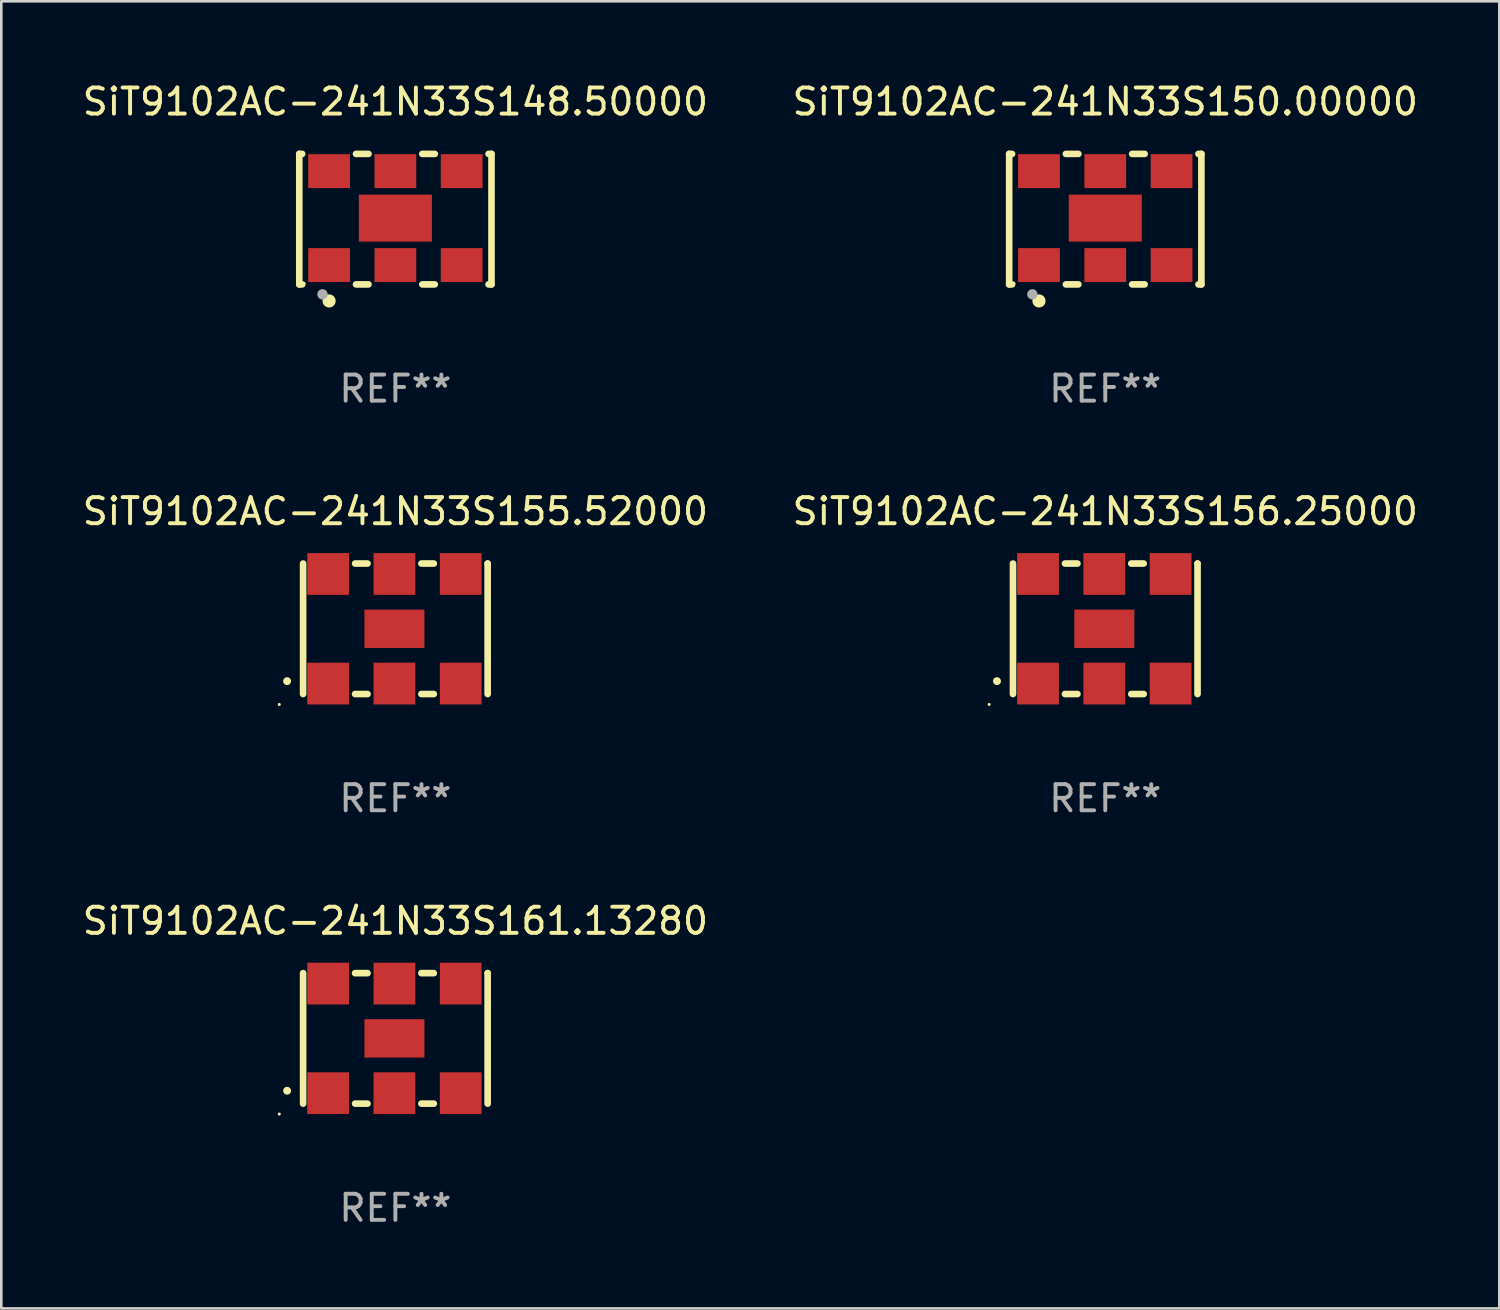
<source format=kicad_pcb>
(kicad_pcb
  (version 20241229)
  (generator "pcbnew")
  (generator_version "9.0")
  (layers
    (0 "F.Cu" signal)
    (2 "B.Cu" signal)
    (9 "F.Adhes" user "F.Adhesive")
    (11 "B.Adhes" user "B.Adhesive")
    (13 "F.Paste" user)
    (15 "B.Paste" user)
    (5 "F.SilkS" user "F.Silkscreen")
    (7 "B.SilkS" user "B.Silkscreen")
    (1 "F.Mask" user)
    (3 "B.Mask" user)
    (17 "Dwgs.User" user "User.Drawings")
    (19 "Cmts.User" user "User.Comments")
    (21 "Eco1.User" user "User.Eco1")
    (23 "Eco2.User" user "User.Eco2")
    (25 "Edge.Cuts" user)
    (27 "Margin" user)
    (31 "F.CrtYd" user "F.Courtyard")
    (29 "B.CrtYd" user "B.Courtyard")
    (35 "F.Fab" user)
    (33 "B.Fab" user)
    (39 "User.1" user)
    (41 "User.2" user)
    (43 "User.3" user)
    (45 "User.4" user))
  (footprint "SiT9102AC-241N33S155.52000"
    (layer "F.Cu")
    (at 12.101 21.045)
    (property "Reference" "SiT9102AC-241N33S155.52000" (at 0 -4.5 0) (layer "F.SilkS") (effects (font (size 1 1) (thickness 0.15))))
    (attr through_hole)
    (fp_line (start -3.536 -2.5) (end -3.536 2.5) (stroke (width 0.254) (type solid)) (layer "F.SilkS"))
    (fp_line (start -1.544 2.5) (end -1.067 2.5) (stroke (width 0.254) (type solid)) (layer "F.SilkS"))
    (fp_line (start -1.067 -2.5) (end -1.544 -2.5) (stroke (width 0.254) (type solid)) (layer "F.SilkS"))
    (fp_line (start 0.996 2.5) (end 1.473 2.5) (stroke (width 0.254) (type solid)) (layer "F.SilkS"))
    (fp_line (start 1.473 -2.5) (end 0.996 -2.5) (stroke (width 0.254) (type solid)) (layer "F.SilkS"))
    (fp_line (start 3.536 -2.5) (end 3.536 -2.5) (stroke (width 0.254) (type solid)) (layer "F.SilkS"))
    (fp_line (start 3.536 2.5) (end 3.536 -2.5) (stroke (width 0.254) (type solid)) (layer "F.SilkS"))
    (fp_arc (start -4.150432 2.006604) (mid -4.149162 2.006599) (end -4.147892 2.006604) (stroke (width 0.3) (type solid)) (layer "F.SilkS"))
    (fp_circle (center -4.449 2.9) (end -4.419 2.9) (stroke (width 0.06) (type solid)) (fill no) (layer "F.SilkS"))
    (fp_text user "REF**" (at 0 6.5 0) (layer "F.Fab") (effects (font (size 1 1) (thickness 0.15))))
    (pad "1" smd rect (at -2.576 2.1) (size 1.6 1.6) (layers "F.Cu" "F.Mask" "F.Paste"))
    (pad "2" smd rect (at -0.036 2.1) (size 1.6 1.6) (layers "F.Cu" "F.Mask" "F.Paste"))
    (pad "3" smd rect (at 2.504 2.1) (size 1.6 1.6) (layers "F.Cu" "F.Mask" "F.Paste"))
    (pad "4" smd rect (at 2.504 -2.1) (size 1.6 1.6) (layers "F.Cu" "F.Mask" "F.Paste"))
    (pad "5" smd rect (at -0.036 -2.1) (size 1.6 1.6) (layers "F.Cu" "F.Mask" "F.Paste"))
    (pad "6" smd rect (at -2.576 -2.1) (size 1.6 1.6) (layers "F.Cu" "F.Mask" "F.Paste"))
    (pad "7" smd rect (at -0.036 0) (size 2.3 1.47) (layers "F.Cu" "F.Mask" "F.Paste")))
  (footprint "SiT9102AC-241N33S156.25000"
    (layer "F.Cu")
    (at 39.304 21.045)
    (property "Reference" "SiT9102AC-241N33S156.25000" (at 0 -4.5 0) (layer "F.SilkS") (effects (font (size 1 1) (thickness 0.15))))
    (attr through_hole)
    (fp_line (start -3.536 -2.5) (end -3.536 2.5) (stroke (width 0.254) (type solid)) (layer "F.SilkS"))
    (fp_line (start -1.544 2.5) (end -1.067 2.5) (stroke (width 0.254) (type solid)) (layer "F.SilkS"))
    (fp_line (start -1.067 -2.5) (end -1.544 -2.5) (stroke (width 0.254) (type solid)) (layer "F.SilkS"))
    (fp_line (start 0.996 2.5) (end 1.473 2.5) (stroke (width 0.254) (type solid)) (layer "F.SilkS"))
    (fp_line (start 1.473 -2.5) (end 0.996 -2.5) (stroke (width 0.254) (type solid)) (layer "F.SilkS"))
    (fp_line (start 3.536 -2.5) (end 3.536 -2.5) (stroke (width 0.254) (type solid)) (layer "F.SilkS"))
    (fp_line (start 3.536 2.5) (end 3.536 -2.5) (stroke (width 0.254) (type solid)) (layer "F.SilkS"))
    (fp_arc (start -4.150432 2.006604) (mid -4.149162 2.006599) (end -4.147892 2.006604) (stroke (width 0.3) (type solid)) (layer "F.SilkS"))
    (fp_circle (center -4.449 2.9) (end -4.419 2.9) (stroke (width 0.06) (type solid)) (fill no) (layer "F.SilkS"))
    (fp_text user "REF**" (at 0 6.5 0) (layer "F.Fab") (effects (font (size 1 1) (thickness 0.15))))
    (pad "1" smd rect (at -2.576 2.1) (size 1.6 1.6) (layers "F.Cu" "F.Mask" "F.Paste"))
    (pad "2" smd rect (at -0.036 2.1) (size 1.6 1.6) (layers "F.Cu" "F.Mask" "F.Paste"))
    (pad "3" smd rect (at 2.504 2.1) (size 1.6 1.6) (layers "F.Cu" "F.Mask" "F.Paste"))
    (pad "4" smd rect (at 2.504 -2.1) (size 1.6 1.6) (layers "F.Cu" "F.Mask" "F.Paste"))
    (pad "5" smd rect (at -0.036 -2.1) (size 1.6 1.6) (layers "F.Cu" "F.Mask" "F.Paste"))
    (pad "6" smd rect (at -2.576 -2.1) (size 1.6 1.6) (layers "F.Cu" "F.Mask" "F.Paste"))
    (pad "7" smd rect (at -0.036 0) (size 2.3 1.47) (layers "F.Cu" "F.Mask" "F.Paste")))
  (footprint "SiT9102AC-241N33S150.00000"
    (layer "F.Cu")
    (at 39.304 5.348)
    (property "Reference" "SiT9102AC-241N33S150.00000" (at 0 -4.5 0) (layer "F.SilkS") (effects (font (size 1 1) (thickness 0.15))))
    (attr through_hole)
    (fp_line (start -3.683 -2.5) (end -3.571 -2.5) (stroke (width 0.254) (type solid)) (layer "F.SilkS"))
    (fp_line (start -3.683 2.5) (end -3.683 -2.5) (stroke (width 0.254) (type solid)) (layer "F.SilkS"))
    (fp_line (start -3.683 2.5) (end -3.571 2.5) (stroke (width 0.254) (type solid)) (layer "F.SilkS"))
    (fp_line (start -1.509 -2.5) (end -1.031 -2.5) (stroke (width 0.254) (type solid)) (layer "F.SilkS"))
    (fp_line (start -1.509 2.5) (end -1.031 2.5) (stroke (width 0.254) (type solid)) (layer "F.SilkS"))
    (fp_line (start 1.031 -2.5) (end 1.509 -2.5) (stroke (width 0.254) (type solid)) (layer "F.SilkS"))
    (fp_line (start 1.031 2.5) (end 1.509 2.5) (stroke (width 0.254) (type solid)) (layer "F.SilkS"))
    (fp_line (start 3.571 -2.5) (end 3.683 -2.5) (stroke (width 0.254) (type solid)) (layer "F.SilkS"))
    (fp_line (start 3.571 2.5) (end 3.683 2.5) (stroke (width 0.254) (type solid)) (layer "F.SilkS"))
    (fp_line (start 3.683 2.5) (end 3.683 -2.5) (stroke (width 0.254) (type solid)) (layer "F.SilkS"))
    (fp_circle (center -3.5 2.46) (end -3.47 2.46) (stroke (width 0.06) (type solid)) (fill no) (layer "F.SilkS"))
    (fp_circle (center -2.54 3.135) (end -2.413 3.135) (stroke (width 0.254) (type solid)) (fill no) (layer "F.SilkS"))
    (fp_circle (center -2.794 2.881) (end -2.694 2.881) (stroke (width 0.2) (type solid)) (fill no) (layer "F.Fab"))
    (fp_text user "REF**" (at 0 6.5 0) (layer "F.Fab") (effects (font (size 1 1) (thickness 0.15))))
    (pad "1" smd rect (at -2.54 1.76) (size 1.6 1.3) (layers "F.Cu" "F.Mask" "F.Paste"))
    (pad "2" smd rect (at 0 1.76) (size 1.6 1.3) (layers "F.Cu" "F.Mask" "F.Paste"))
    (pad "3" smd rect (at 2.54 1.76) (size 1.6 1.3) (layers "F.Cu" "F.Mask" "F.Paste"))
    (pad "4" smd rect (at 2.54 -1.84) (size 1.6 1.3) (layers "F.Cu" "F.Mask" "F.Paste"))
    (pad "5" smd rect (at 0 -1.84) (size 1.6 1.3) (layers "F.Cu" "F.Mask" "F.Paste"))
    (pad "6" smd rect (at -2.54 -1.84) (size 1.6 1.3) (layers "F.Cu" "F.Mask" "F.Paste"))
    (pad "7" smd rect (at 0 -0.04) (size 2.8 1.8) (layers "F.Cu" "F.Mask" "F.Paste")))
  (footprint "SiT9102AC-241N33S161.13280"
    (layer "F.Cu")
    (at 12.101 36.741)
    (property "Reference" "SiT9102AC-241N33S161.13280" (at 0 -4.5 0) (layer "F.SilkS") (effects (font (size 1 1) (thickness 0.15))))
    (attr through_hole)
    (fp_line (start -3.536 -2.5) (end -3.536 2.5) (stroke (width 0.254) (type solid)) (layer "F.SilkS"))
    (fp_line (start -1.544 2.5) (end -1.067 2.5) (stroke (width 0.254) (type solid)) (layer "F.SilkS"))
    (fp_line (start -1.067 -2.5) (end -1.544 -2.5) (stroke (width 0.254) (type solid)) (layer "F.SilkS"))
    (fp_line (start 0.996 2.5) (end 1.473 2.5) (stroke (width 0.254) (type solid)) (layer "F.SilkS"))
    (fp_line (start 1.473 -2.5) (end 0.996 -2.5) (stroke (width 0.254) (type solid)) (layer "F.SilkS"))
    (fp_line (start 3.536 -2.5) (end 3.536 -2.5) (stroke (width 0.254) (type solid)) (layer "F.SilkS"))
    (fp_line (start 3.536 2.5) (end 3.536 -2.5) (stroke (width 0.254) (type solid)) (layer "F.SilkS"))
    (fp_arc (start -4.150432 2.006604) (mid -4.149162 2.006599) (end -4.147892 2.006604) (stroke (width 0.3) (type solid)) (layer "F.SilkS"))
    (fp_circle (center -4.449 2.9) (end -4.419 2.9) (stroke (width 0.06) (type solid)) (fill no) (layer "F.SilkS"))
    (fp_text user "REF**" (at 0 6.5 0) (layer "F.Fab") (effects (font (size 1 1) (thickness 0.15))))
    (pad "1" smd rect (at -2.576 2.1) (size 1.6 1.6) (layers "F.Cu" "F.Mask" "F.Paste"))
    (pad "2" smd rect (at -0.036 2.1) (size 1.6 1.6) (layers "F.Cu" "F.Mask" "F.Paste"))
    (pad "3" smd rect (at 2.504 2.1) (size 1.6 1.6) (layers "F.Cu" "F.Mask" "F.Paste"))
    (pad "4" smd rect (at 2.504 -2.1) (size 1.6 1.6) (layers "F.Cu" "F.Mask" "F.Paste"))
    (pad "5" smd rect (at -0.036 -2.1) (size 1.6 1.6) (layers "F.Cu" "F.Mask" "F.Paste"))
    (pad "6" smd rect (at -2.576 -2.1) (size 1.6 1.6) (layers "F.Cu" "F.Mask" "F.Paste"))
    (pad "7" smd rect (at -0.036 0) (size 2.3 1.47) (layers "F.Cu" "F.Mask" "F.Paste")))
  (footprint "SiT9102AC-241N33S148.50000"
    (layer "F.Cu")
    (at 12.101 5.348)
    (property "Reference" "SiT9102AC-241N33S148.50000" (at 0 -4.5 0) (layer "F.SilkS") (effects (font (size 1 1) (thickness 0.15))))
    (attr through_hole)
    (fp_line (start -3.683 -2.5) (end -3.571 -2.5) (stroke (width 0.254) (type solid)) (layer "F.SilkS"))
    (fp_line (start -3.683 2.5) (end -3.683 -2.5) (stroke (width 0.254) (type solid)) (layer "F.SilkS"))
    (fp_line (start -3.683 2.5) (end -3.571 2.5) (stroke (width 0.254) (type solid)) (layer "F.SilkS"))
    (fp_line (start -1.509 -2.5) (end -1.031 -2.5) (stroke (width 0.254) (type solid)) (layer "F.SilkS"))
    (fp_line (start -1.509 2.5) (end -1.031 2.5) (stroke (width 0.254) (type solid)) (layer "F.SilkS"))
    (fp_line (start 1.031 -2.5) (end 1.509 -2.5) (stroke (width 0.254) (type solid)) (layer "F.SilkS"))
    (fp_line (start 1.031 2.5) (end 1.509 2.5) (stroke (width 0.254) (type solid)) (layer "F.SilkS"))
    (fp_line (start 3.571 -2.5) (end 3.683 -2.5) (stroke (width 0.254) (type solid)) (layer "F.SilkS"))
    (fp_line (start 3.571 2.5) (end 3.683 2.5) (stroke (width 0.254) (type solid)) (layer "F.SilkS"))
    (fp_line (start 3.683 2.5) (end 3.683 -2.5) (stroke (width 0.254) (type solid)) (layer "F.SilkS"))
    (fp_circle (center -3.5 2.46) (end -3.47 2.46) (stroke (width 0.06) (type solid)) (fill no) (layer "F.SilkS"))
    (fp_circle (center -2.54 3.135) (end -2.413 3.135) (stroke (width 0.254) (type solid)) (fill no) (layer "F.SilkS"))
    (fp_circle (center -2.794 2.881) (end -2.694 2.881) (stroke (width 0.2) (type solid)) (fill no) (layer "F.Fab"))
    (fp_text user "REF**" (at 0 6.5 0) (layer "F.Fab") (effects (font (size 1 1) (thickness 0.15))))
    (pad "1" smd rect (at -2.54 1.76) (size 1.6 1.3) (layers "F.Cu" "F.Mask" "F.Paste"))
    (pad "2" smd rect (at 0 1.76) (size 1.6 1.3) (layers "F.Cu" "F.Mask" "F.Paste"))
    (pad "3" smd rect (at 2.54 1.76) (size 1.6 1.3) (layers "F.Cu" "F.Mask" "F.Paste"))
    (pad "4" smd rect (at 2.54 -1.84) (size 1.6 1.3) (layers "F.Cu" "F.Mask" "F.Paste"))
    (pad "5" smd rect (at 0 -1.84) (size 1.6 1.3) (layers "F.Cu" "F.Mask" "F.Paste"))
    (pad "6" smd rect (at -2.54 -1.84) (size 1.6 1.3) (layers "F.Cu" "F.Mask" "F.Paste"))
    (pad "7" smd rect (at 0 -0.04) (size 2.8 1.8) (layers "F.Cu" "F.Mask" "F.Paste")))
  (gr_rect
    (start -3 -3)
    (end 54.405 47.09)
    (stroke (width 0.1) (type default))
    (fill no)
    (layer "Edge.Cuts")))
</source>
